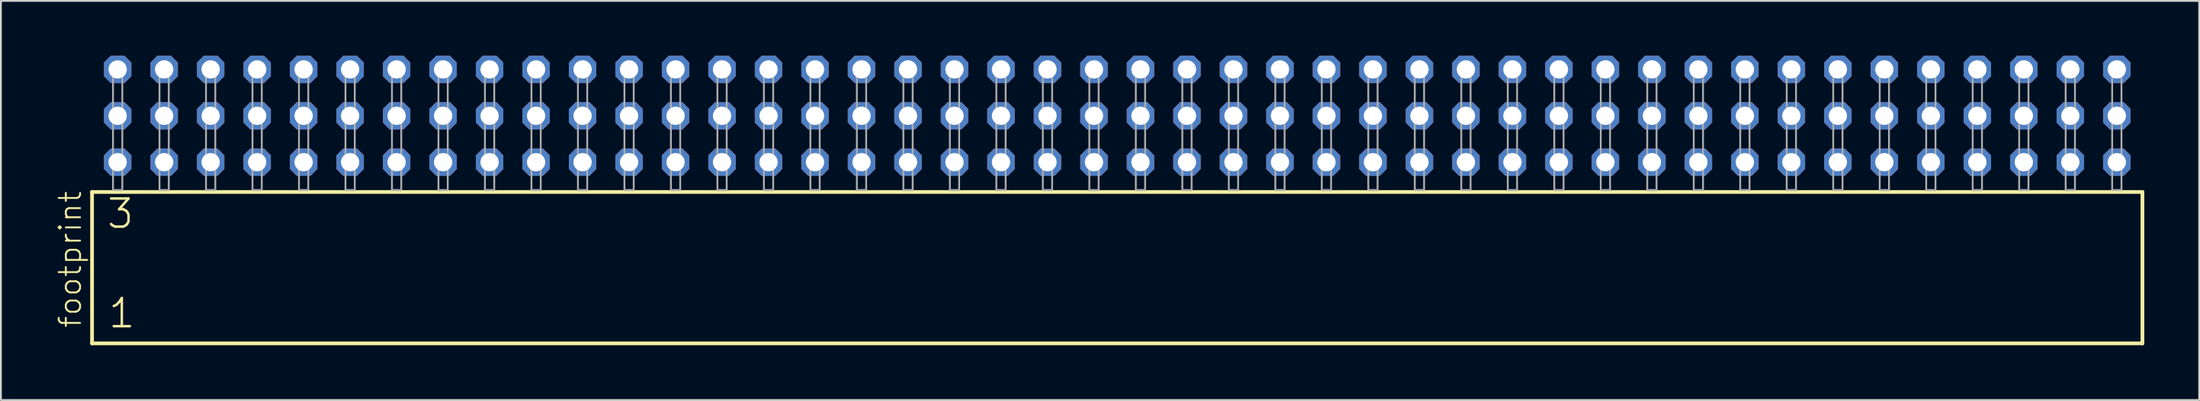
<source format=kicad_pcb>
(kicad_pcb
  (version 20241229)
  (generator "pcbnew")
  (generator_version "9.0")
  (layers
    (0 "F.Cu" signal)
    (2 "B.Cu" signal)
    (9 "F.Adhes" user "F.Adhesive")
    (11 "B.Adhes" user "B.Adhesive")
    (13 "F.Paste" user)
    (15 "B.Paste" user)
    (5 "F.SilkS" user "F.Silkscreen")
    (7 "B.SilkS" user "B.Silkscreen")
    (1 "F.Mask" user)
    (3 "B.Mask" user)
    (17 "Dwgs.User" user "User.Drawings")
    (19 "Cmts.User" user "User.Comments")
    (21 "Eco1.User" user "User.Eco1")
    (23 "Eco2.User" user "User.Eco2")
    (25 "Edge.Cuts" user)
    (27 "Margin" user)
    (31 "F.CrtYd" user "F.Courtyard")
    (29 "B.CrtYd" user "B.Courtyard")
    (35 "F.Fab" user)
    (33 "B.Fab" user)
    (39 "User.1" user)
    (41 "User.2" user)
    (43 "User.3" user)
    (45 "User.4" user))
  (footprint "footprint"
    (layer "F.Cu")
    (at 57.988 7.354)
    (property "Reference" "footprint" (at -56.515 7.62 90) (layer "F.SilkS") (effects (font (size 1.168 1.168) (thickness 0.102)) (justify left bottom)))
    (fp_line (start -56.009 0.106) (end -56.009 8.396) (stroke (width 0.203) (type solid)) (layer "F.SilkS"))
    (fp_line (start -56.009 8.396) (end 56.009 8.396) (stroke (width 0.203) (type solid)) (layer "F.SilkS"))
    (fp_line (start 56.009 0.106) (end -56.009 0.106) (stroke (width 0.203) (type solid)) (layer "F.SilkS"))
    (fp_line (start 56.009 8.396) (end 56.009 0.106) (stroke (width 0.203) (type solid)) (layer "F.SilkS"))
    (fp_poly (pts (xy -54.864 0) (xy -54.356 0) (xy -54.356 -6.858) (xy -54.864 -6.858)) (stroke (width 0.1) (type solid)) (fill no) (layer "F.Fab"))
    (fp_poly (pts (xy -52.324 0) (xy -51.816 0) (xy -51.816 -6.858) (xy -52.324 -6.858)) (stroke (width 0.1) (type solid)) (fill no) (layer "F.Fab"))
    (fp_poly (pts (xy -49.784 0) (xy -49.276 0) (xy -49.276 -6.858) (xy -49.784 -6.858)) (stroke (width 0.1) (type solid)) (fill no) (layer "F.Fab"))
    (fp_poly (pts (xy -47.244 0) (xy -46.736 0) (xy -46.736 -6.858) (xy -47.244 -6.858)) (stroke (width 0.1) (type solid)) (fill no) (layer "F.Fab"))
    (fp_poly (pts (xy -44.704 0) (xy -44.196 0) (xy -44.196 -6.858) (xy -44.704 -6.858)) (stroke (width 0.1) (type solid)) (fill no) (layer "F.Fab"))
    (fp_poly (pts (xy -42.164 0) (xy -41.656 0) (xy -41.656 -6.858) (xy -42.164 -6.858)) (stroke (width 0.1) (type solid)) (fill no) (layer "F.Fab"))
    (fp_poly (pts (xy -39.624 0) (xy -39.116 0) (xy -39.116 -6.858) (xy -39.624 -6.858)) (stroke (width 0.1) (type solid)) (fill no) (layer "F.Fab"))
    (fp_poly (pts (xy -37.084 0) (xy -36.576 0) (xy -36.576 -6.858) (xy -37.084 -6.858)) (stroke (width 0.1) (type solid)) (fill no) (layer "F.Fab"))
    (fp_poly (pts (xy -34.544 0) (xy -34.036 0) (xy -34.036 -6.858) (xy -34.544 -6.858)) (stroke (width 0.1) (type solid)) (fill no) (layer "F.Fab"))
    (fp_poly (pts (xy -32.004 0) (xy -31.496 0) (xy -31.496 -6.858) (xy -32.004 -6.858)) (stroke (width 0.1) (type solid)) (fill no) (layer "F.Fab"))
    (fp_poly (pts (xy -29.464 0) (xy -28.956 0) (xy -28.956 -6.858) (xy -29.464 -6.858)) (stroke (width 0.1) (type solid)) (fill no) (layer "F.Fab"))
    (fp_poly (pts (xy -26.924 0) (xy -26.416 0) (xy -26.416 -6.858) (xy -26.924 -6.858)) (stroke (width 0.1) (type solid)) (fill no) (layer "F.Fab"))
    (fp_poly (pts (xy -24.384 0) (xy -23.876 0) (xy -23.876 -6.858) (xy -24.384 -6.858)) (stroke (width 0.1) (type solid)) (fill no) (layer "F.Fab"))
    (fp_poly (pts (xy -21.844 0) (xy -21.336 0) (xy -21.336 -6.858) (xy -21.844 -6.858)) (stroke (width 0.1) (type solid)) (fill no) (layer "F.Fab"))
    (fp_poly (pts (xy -19.304 0) (xy -18.796 0) (xy -18.796 -6.858) (xy -19.304 -6.858)) (stroke (width 0.1) (type solid)) (fill no) (layer "F.Fab"))
    (fp_poly (pts (xy -16.764 0) (xy -16.256 0) (xy -16.256 -6.858) (xy -16.764 -6.858)) (stroke (width 0.1) (type solid)) (fill no) (layer "F.Fab"))
    (fp_poly (pts (xy -14.224 0) (xy -13.716 0) (xy -13.716 -6.858) (xy -14.224 -6.858)) (stroke (width 0.1) (type solid)) (fill no) (layer "F.Fab"))
    (fp_poly (pts (xy -11.684 0) (xy -11.176 0) (xy -11.176 -6.858) (xy -11.684 -6.858)) (stroke (width 0.1) (type solid)) (fill no) (layer "F.Fab"))
    (fp_poly (pts (xy -9.144 0) (xy -8.636 0) (xy -8.636 -6.858) (xy -9.144 -6.858)) (stroke (width 0.1) (type solid)) (fill no) (layer "F.Fab"))
    (fp_poly (pts (xy -6.604 0) (xy -6.096 0) (xy -6.096 -6.858) (xy -6.604 -6.858)) (stroke (width 0.1) (type solid)) (fill no) (layer "F.Fab"))
    (fp_poly (pts (xy -4.064 0) (xy -3.556 0) (xy -3.556 -6.858) (xy -4.064 -6.858)) (stroke (width 0.1) (type solid)) (fill no) (layer "F.Fab"))
    (fp_poly (pts (xy -1.524 0) (xy -1.016 0) (xy -1.016 -6.858) (xy -1.524 -6.858)) (stroke (width 0.1) (type solid)) (fill no) (layer "F.Fab"))
    (fp_poly (pts (xy 1.016 0) (xy 1.524 0) (xy 1.524 -6.858) (xy 1.016 -6.858)) (stroke (width 0.1) (type solid)) (fill no) (layer "F.Fab"))
    (fp_poly (pts (xy 3.556 0) (xy 4.064 0) (xy 4.064 -6.858) (xy 3.556 -6.858)) (stroke (width 0.1) (type solid)) (fill no) (layer "F.Fab"))
    (fp_poly (pts (xy 6.096 0) (xy 6.604 0) (xy 6.604 -6.858) (xy 6.096 -6.858)) (stroke (width 0.1) (type solid)) (fill no) (layer "F.Fab"))
    (fp_poly (pts (xy 8.636 0) (xy 9.144 0) (xy 9.144 -6.858) (xy 8.636 -6.858)) (stroke (width 0.1) (type solid)) (fill no) (layer "F.Fab"))
    (fp_poly (pts (xy 11.176 0) (xy 11.684 0) (xy 11.684 -6.858) (xy 11.176 -6.858)) (stroke (width 0.1) (type solid)) (fill no) (layer "F.Fab"))
    (fp_poly (pts (xy 13.716 0) (xy 14.224 0) (xy 14.224 -6.858) (xy 13.716 -6.858)) (stroke (width 0.1) (type solid)) (fill no) (layer "F.Fab"))
    (fp_poly (pts (xy 16.256 0) (xy 16.764 0) (xy 16.764 -6.858) (xy 16.256 -6.858)) (stroke (width 0.1) (type solid)) (fill no) (layer "F.Fab"))
    (fp_poly (pts (xy 18.796 0) (xy 19.304 0) (xy 19.304 -6.858) (xy 18.796 -6.858)) (stroke (width 0.1) (type solid)) (fill no) (layer "F.Fab"))
    (fp_poly (pts (xy 21.336 0) (xy 21.844 0) (xy 21.844 -6.858) (xy 21.336 -6.858)) (stroke (width 0.1) (type solid)) (fill no) (layer "F.Fab"))
    (fp_poly (pts (xy 23.876 0) (xy 24.384 0) (xy 24.384 -6.858) (xy 23.876 -6.858)) (stroke (width 0.1) (type solid)) (fill no) (layer "F.Fab"))
    (fp_poly (pts (xy 26.416 0) (xy 26.924 0) (xy 26.924 -6.858) (xy 26.416 -6.858)) (stroke (width 0.1) (type solid)) (fill no) (layer "F.Fab"))
    (fp_poly (pts (xy 28.956 0) (xy 29.464 0) (xy 29.464 -6.858) (xy 28.956 -6.858)) (stroke (width 0.1) (type solid)) (fill no) (layer "F.Fab"))
    (fp_poly (pts (xy 31.496 0) (xy 32.004 0) (xy 32.004 -6.858) (xy 31.496 -6.858)) (stroke (width 0.1) (type solid)) (fill no) (layer "F.Fab"))
    (fp_poly (pts (xy 34.036 0) (xy 34.544 0) (xy 34.544 -6.858) (xy 34.036 -6.858)) (stroke (width 0.1) (type solid)) (fill no) (layer "F.Fab"))
    (fp_poly (pts (xy 36.576 0) (xy 37.084 0) (xy 37.084 -6.858) (xy 36.576 -6.858)) (stroke (width 0.1) (type solid)) (fill no) (layer "F.Fab"))
    (fp_poly (pts (xy 39.116 0) (xy 39.624 0) (xy 39.624 -6.858) (xy 39.116 -6.858)) (stroke (width 0.1) (type solid)) (fill no) (layer "F.Fab"))
    (fp_poly (pts (xy 41.656 0) (xy 42.164 0) (xy 42.164 -6.858) (xy 41.656 -6.858)) (stroke (width 0.1) (type solid)) (fill no) (layer "F.Fab"))
    (fp_poly (pts (xy 44.196 0) (xy 44.704 0) (xy 44.704 -6.858) (xy 44.196 -6.858)) (stroke (width 0.1) (type solid)) (fill no) (layer "F.Fab"))
    (fp_poly (pts (xy 46.736 0) (xy 47.244 0) (xy 47.244 -6.858) (xy 46.736 -6.858)) (stroke (width 0.1) (type solid)) (fill no) (layer "F.Fab"))
    (fp_poly (pts (xy 49.276 0) (xy 49.784 0) (xy 49.784 -6.858) (xy 49.276 -6.858)) (stroke (width 0.1) (type solid)) (fill no) (layer "F.Fab"))
    (fp_poly (pts (xy 51.816 0) (xy 52.324 0) (xy 52.324 -6.858) (xy 51.816 -6.858)) (stroke (width 0.1) (type solid)) (fill no) (layer "F.Fab"))
    (fp_poly (pts (xy 54.356 0) (xy 54.864 0) (xy 54.864 -6.858) (xy 54.356 -6.858)) (stroke (width 0.1) (type solid)) (fill no) (layer "F.Fab"))
    (fp_text user "1" (at -55.205 7.65 0) (layer "F.SilkS") (effects (font (size 1.542 1.542) (thickness 0.134)) (justify left bottom)))
    (fp_text user "3" (at -55.28 2.2 0) (layer "F.SilkS") (effects (font (size 1.542 1.542) (thickness 0.134)) (justify left bottom)))
    (pad "1" thru_hole roundrect (at -54.61 -1.524) (size 1.5 1.5) (drill 1) (layers "*.Cu" "*.Mask") (roundrect_rratio 0.25) (chamfer_ratio 0.25) (chamfer top_left top_right bottom_left bottom_right))
    (pad "2" thru_hole roundrect (at -54.61 -4.064) (size 1.5 1.5) (drill 1) (layers "*.Cu" "*.Mask") (roundrect_rratio 0.25) (chamfer_ratio 0.25) (chamfer top_left top_right bottom_left bottom_right))
    (pad "3" thru_hole roundrect (at -54.61 -6.604) (size 1.5 1.5) (drill 1) (layers "*.Cu" "*.Mask") (roundrect_rratio 0.25) (chamfer_ratio 0.25) (chamfer top_left top_right bottom_left bottom_right))
    (pad "4" thru_hole roundrect (at -52.07 -1.524) (size 1.5 1.5) (drill 1) (layers "*.Cu" "*.Mask") (roundrect_rratio 0.25) (chamfer_ratio 0.25) (chamfer top_left top_right bottom_left bottom_right))
    (pad "5" thru_hole roundrect (at -52.07 -4.064) (size 1.5 1.5) (drill 1) (layers "*.Cu" "*.Mask") (roundrect_rratio 0.25) (chamfer_ratio 0.25) (chamfer top_left top_right bottom_left bottom_right))
    (pad "6" thru_hole roundrect (at -52.07 -6.604) (size 1.5 1.5) (drill 1) (layers "*.Cu" "*.Mask") (roundrect_rratio 0.25) (chamfer_ratio 0.25) (chamfer top_left top_right bottom_left bottom_right))
    (pad "7" thru_hole roundrect (at -49.53 -1.524) (size 1.5 1.5) (drill 1) (layers "*.Cu" "*.Mask") (roundrect_rratio 0.25) (chamfer_ratio 0.25) (chamfer top_left top_right bottom_left bottom_right))
    (pad "8" thru_hole roundrect (at -49.53 -4.064) (size 1.5 1.5) (drill 1) (layers "*.Cu" "*.Mask") (roundrect_rratio 0.25) (chamfer_ratio 0.25) (chamfer top_left top_right bottom_left bottom_right))
    (pad "9" thru_hole roundrect (at -49.53 -6.604) (size 1.5 1.5) (drill 1) (layers "*.Cu" "*.Mask") (roundrect_rratio 0.25) (chamfer_ratio 0.25) (chamfer top_left top_right bottom_left bottom_right))
    (pad "10" thru_hole roundrect (at -46.99 -1.524) (size 1.5 1.5) (drill 1) (layers "*.Cu" "*.Mask") (roundrect_rratio 0.25) (chamfer_ratio 0.25) (chamfer top_left top_right bottom_left bottom_right))
    (pad "11" thru_hole roundrect (at -46.99 -4.064) (size 1.5 1.5) (drill 1) (layers "*.Cu" "*.Mask") (roundrect_rratio 0.25) (chamfer_ratio 0.25) (chamfer top_left top_right bottom_left bottom_right))
    (pad "12" thru_hole roundrect (at -46.99 -6.604) (size 1.5 1.5) (drill 1) (layers "*.Cu" "*.Mask") (roundrect_rratio 0.25) (chamfer_ratio 0.25) (chamfer top_left top_right bottom_left bottom_right))
    (pad "13" thru_hole roundrect (at -44.45 -1.524) (size 1.5 1.5) (drill 1) (layers "*.Cu" "*.Mask") (roundrect_rratio 0.25) (chamfer_ratio 0.25) (chamfer top_left top_right bottom_left bottom_right))
    (pad "14" thru_hole roundrect (at -44.45 -4.064) (size 1.5 1.5) (drill 1) (layers "*.Cu" "*.Mask") (roundrect_rratio 0.25) (chamfer_ratio 0.25) (chamfer top_left top_right bottom_left bottom_right))
    (pad "15" thru_hole roundrect (at -44.45 -6.604) (size 1.5 1.5) (drill 1) (layers "*.Cu" "*.Mask") (roundrect_rratio 0.25) (chamfer_ratio 0.25) (chamfer top_left top_right bottom_left bottom_right))
    (pad "16" thru_hole roundrect (at -41.91 -1.524) (size 1.5 1.5) (drill 1) (layers "*.Cu" "*.Mask") (roundrect_rratio 0.25) (chamfer_ratio 0.25) (chamfer top_left top_right bottom_left bottom_right))
    (pad "17" thru_hole roundrect (at -41.91 -4.064) (size 1.5 1.5) (drill 1) (layers "*.Cu" "*.Mask") (roundrect_rratio 0.25) (chamfer_ratio 0.25) (chamfer top_left top_right bottom_left bottom_right))
    (pad "18" thru_hole roundrect (at -41.91 -6.604) (size 1.5 1.5) (drill 1) (layers "*.Cu" "*.Mask") (roundrect_rratio 0.25) (chamfer_ratio 0.25) (chamfer top_left top_right bottom_left bottom_right))
    (pad "19" thru_hole roundrect (at -39.37 -1.524) (size 1.5 1.5) (drill 1) (layers "*.Cu" "*.Mask") (roundrect_rratio 0.25) (chamfer_ratio 0.25) (chamfer top_left top_right bottom_left bottom_right))
    (pad "20" thru_hole roundrect (at -39.37 -4.064) (size 1.5 1.5) (drill 1) (layers "*.Cu" "*.Mask") (roundrect_rratio 0.25) (chamfer_ratio 0.25) (chamfer top_left top_right bottom_left bottom_right))
    (pad "21" thru_hole roundrect (at -39.37 -6.604) (size 1.5 1.5) (drill 1) (layers "*.Cu" "*.Mask") (roundrect_rratio 0.25) (chamfer_ratio 0.25) (chamfer top_left top_right bottom_left bottom_right))
    (pad "22" thru_hole roundrect (at -36.83 -1.524) (size 1.5 1.5) (drill 1) (layers "*.Cu" "*.Mask") (roundrect_rratio 0.25) (chamfer_ratio 0.25) (chamfer top_left top_right bottom_left bottom_right))
    (pad "23" thru_hole roundrect (at -36.83 -4.064) (size 1.5 1.5) (drill 1) (layers "*.Cu" "*.Mask") (roundrect_rratio 0.25) (chamfer_ratio 0.25) (chamfer top_left top_right bottom_left bottom_right))
    (pad "24" thru_hole roundrect (at -36.83 -6.604) (size 1.5 1.5) (drill 1) (layers "*.Cu" "*.Mask") (roundrect_rratio 0.25) (chamfer_ratio 0.25) (chamfer top_left top_right bottom_left bottom_right))
    (pad "25" thru_hole roundrect (at -34.29 -1.524) (size 1.5 1.5) (drill 1) (layers "*.Cu" "*.Mask") (roundrect_rratio 0.25) (chamfer_ratio 0.25) (chamfer top_left top_right bottom_left bottom_right))
    (pad "26" thru_hole roundrect (at -34.29 -4.064) (size 1.5 1.5) (drill 1) (layers "*.Cu" "*.Mask") (roundrect_rratio 0.25) (chamfer_ratio 0.25) (chamfer top_left top_right bottom_left bottom_right))
    (pad "27" thru_hole roundrect (at -34.29 -6.604) (size 1.5 1.5) (drill 1) (layers "*.Cu" "*.Mask") (roundrect_rratio 0.25) (chamfer_ratio 0.25) (chamfer top_left top_right bottom_left bottom_right))
    (pad "28" thru_hole roundrect (at -31.75 -1.524) (size 1.5 1.5) (drill 1) (layers "*.Cu" "*.Mask") (roundrect_rratio 0.25) (chamfer_ratio 0.25) (chamfer top_left top_right bottom_left bottom_right))
    (pad "29" thru_hole roundrect (at -31.75 -4.064) (size 1.5 1.5) (drill 1) (layers "*.Cu" "*.Mask") (roundrect_rratio 0.25) (chamfer_ratio 0.25) (chamfer top_left top_right bottom_left bottom_right))
    (pad "30" thru_hole roundrect (at -31.75 -6.604) (size 1.5 1.5) (drill 1) (layers "*.Cu" "*.Mask") (roundrect_rratio 0.25) (chamfer_ratio 0.25) (chamfer top_left top_right bottom_left bottom_right))
    (pad "31" thru_hole roundrect (at -29.21 -1.524) (size 1.5 1.5) (drill 1) (layers "*.Cu" "*.Mask") (roundrect_rratio 0.25) (chamfer_ratio 0.25) (chamfer top_left top_right bottom_left bottom_right))
    (pad "32" thru_hole roundrect (at -29.21 -4.064) (size 1.5 1.5) (drill 1) (layers "*.Cu" "*.Mask") (roundrect_rratio 0.25) (chamfer_ratio 0.25) (chamfer top_left top_right bottom_left bottom_right))
    (pad "33" thru_hole roundrect (at -29.21 -6.604) (size 1.5 1.5) (drill 1) (layers "*.Cu" "*.Mask") (roundrect_rratio 0.25) (chamfer_ratio 0.25) (chamfer top_left top_right bottom_left bottom_right))
    (pad "34" thru_hole roundrect (at -26.67 -1.524) (size 1.5 1.5) (drill 1) (layers "*.Cu" "*.Mask") (roundrect_rratio 0.25) (chamfer_ratio 0.25) (chamfer top_left top_right bottom_left bottom_right))
    (pad "35" thru_hole roundrect (at -26.67 -4.064) (size 1.5 1.5) (drill 1) (layers "*.Cu" "*.Mask") (roundrect_rratio 0.25) (chamfer_ratio 0.25) (chamfer top_left top_right bottom_left bottom_right))
    (pad "36" thru_hole roundrect (at -26.67 -6.604) (size 1.5 1.5) (drill 1) (layers "*.Cu" "*.Mask") (roundrect_rratio 0.25) (chamfer_ratio 0.25) (chamfer top_left top_right bottom_left bottom_right))
    (pad "37" thru_hole roundrect (at -24.13 -1.524) (size 1.5 1.5) (drill 1) (layers "*.Cu" "*.Mask") (roundrect_rratio 0.25) (chamfer_ratio 0.25) (chamfer top_left top_right bottom_left bottom_right))
    (pad "38" thru_hole roundrect (at -24.13 -4.064) (size 1.5 1.5) (drill 1) (layers "*.Cu" "*.Mask") (roundrect_rratio 0.25) (chamfer_ratio 0.25) (chamfer top_left top_right bottom_left bottom_right))
    (pad "39" thru_hole roundrect (at -24.13 -6.604) (size 1.5 1.5) (drill 1) (layers "*.Cu" "*.Mask") (roundrect_rratio 0.25) (chamfer_ratio 0.25) (chamfer top_left top_right bottom_left bottom_right))
    (pad "40" thru_hole roundrect (at -21.59 -1.524) (size 1.5 1.5) (drill 1) (layers "*.Cu" "*.Mask") (roundrect_rratio 0.25) (chamfer_ratio 0.25) (chamfer top_left top_right bottom_left bottom_right))
    (pad "41" thru_hole roundrect (at -21.59 -4.064) (size 1.5 1.5) (drill 1) (layers "*.Cu" "*.Mask") (roundrect_rratio 0.25) (chamfer_ratio 0.25) (chamfer top_left top_right bottom_left bottom_right))
    (pad "42" thru_hole roundrect (at -21.59 -6.604) (size 1.5 1.5) (drill 1) (layers "*.Cu" "*.Mask") (roundrect_rratio 0.25) (chamfer_ratio 0.25) (chamfer top_left top_right bottom_left bottom_right))
    (pad "43" thru_hole roundrect (at -19.05 -1.524) (size 1.5 1.5) (drill 1) (layers "*.Cu" "*.Mask") (roundrect_rratio 0.25) (chamfer_ratio 0.25) (chamfer top_left top_right bottom_left bottom_right))
    (pad "44" thru_hole roundrect (at -19.05 -4.064) (size 1.5 1.5) (drill 1) (layers "*.Cu" "*.Mask") (roundrect_rratio 0.25) (chamfer_ratio 0.25) (chamfer top_left top_right bottom_left bottom_right))
    (pad "45" thru_hole roundrect (at -19.05 -6.604) (size 1.5 1.5) (drill 1) (layers "*.Cu" "*.Mask") (roundrect_rratio 0.25) (chamfer_ratio 0.25) (chamfer top_left top_right bottom_left bottom_right))
    (pad "46" thru_hole roundrect (at -16.51 -1.524) (size 1.5 1.5) (drill 1) (layers "*.Cu" "*.Mask") (roundrect_rratio 0.25) (chamfer_ratio 0.25) (chamfer top_left top_right bottom_left bottom_right))
    (pad "47" thru_hole roundrect (at -16.51 -4.064) (size 1.5 1.5) (drill 1) (layers "*.Cu" "*.Mask") (roundrect_rratio 0.25) (chamfer_ratio 0.25) (chamfer top_left top_right bottom_left bottom_right))
    (pad "48" thru_hole roundrect (at -16.51 -6.604) (size 1.5 1.5) (drill 1) (layers "*.Cu" "*.Mask") (roundrect_rratio 0.25) (chamfer_ratio 0.25) (chamfer top_left top_right bottom_left bottom_right))
    (pad "49" thru_hole roundrect (at -13.97 -1.524) (size 1.5 1.5) (drill 1) (layers "*.Cu" "*.Mask") (roundrect_rratio 0.25) (chamfer_ratio 0.25) (chamfer top_left top_right bottom_left bottom_right))
    (pad "50" thru_hole roundrect (at -13.97 -4.064) (size 1.5 1.5) (drill 1) (layers "*.Cu" "*.Mask") (roundrect_rratio 0.25) (chamfer_ratio 0.25) (chamfer top_left top_right bottom_left bottom_right))
    (pad "51" thru_hole roundrect (at -13.97 -6.604) (size 1.5 1.5) (drill 1) (layers "*.Cu" "*.Mask") (roundrect_rratio 0.25) (chamfer_ratio 0.25) (chamfer top_left top_right bottom_left bottom_right))
    (pad "52" thru_hole roundrect (at -11.43 -1.524) (size 1.5 1.5) (drill 1) (layers "*.Cu" "*.Mask") (roundrect_rratio 0.25) (chamfer_ratio 0.25) (chamfer top_left top_right bottom_left bottom_right))
    (pad "53" thru_hole roundrect (at -11.43 -4.064) (size 1.5 1.5) (drill 1) (layers "*.Cu" "*.Mask") (roundrect_rratio 0.25) (chamfer_ratio 0.25) (chamfer top_left top_right bottom_left bottom_right))
    (pad "54" thru_hole roundrect (at -11.43 -6.604) (size 1.5 1.5) (drill 1) (layers "*.Cu" "*.Mask") (roundrect_rratio 0.25) (chamfer_ratio 0.25) (chamfer top_left top_right bottom_left bottom_right))
    (pad "55" thru_hole roundrect (at -8.89 -1.524) (size 1.5 1.5) (drill 1) (layers "*.Cu" "*.Mask") (roundrect_rratio 0.25) (chamfer_ratio 0.25) (chamfer top_left top_right bottom_left bottom_right))
    (pad "56" thru_hole roundrect (at -8.89 -4.064) (size 1.5 1.5) (drill 1) (layers "*.Cu" "*.Mask") (roundrect_rratio 0.25) (chamfer_ratio 0.25) (chamfer top_left top_right bottom_left bottom_right))
    (pad "57" thru_hole roundrect (at -8.89 -6.604) (size 1.5 1.5) (drill 1) (layers "*.Cu" "*.Mask") (roundrect_rratio 0.25) (chamfer_ratio 0.25) (chamfer top_left top_right bottom_left bottom_right))
    (pad "58" thru_hole roundrect (at -6.35 -1.524) (size 1.5 1.5) (drill 1) (layers "*.Cu" "*.Mask") (roundrect_rratio 0.25) (chamfer_ratio 0.25) (chamfer top_left top_right bottom_left bottom_right))
    (pad "59" thru_hole roundrect (at -6.35 -4.064) (size 1.5 1.5) (drill 1) (layers "*.Cu" "*.Mask") (roundrect_rratio 0.25) (chamfer_ratio 0.25) (chamfer top_left top_right bottom_left bottom_right))
    (pad "60" thru_hole roundrect (at -6.35 -6.604) (size 1.5 1.5) (drill 1) (layers "*.Cu" "*.Mask") (roundrect_rratio 0.25) (chamfer_ratio 0.25) (chamfer top_left top_right bottom_left bottom_right))
    (pad "61" thru_hole roundrect (at -3.81 -1.524) (size 1.5 1.5) (drill 1) (layers "*.Cu" "*.Mask") (roundrect_rratio 0.25) (chamfer_ratio 0.25) (chamfer top_left top_right bottom_left bottom_right))
    (pad "62" thru_hole roundrect (at -3.81 -4.064) (size 1.5 1.5) (drill 1) (layers "*.Cu" "*.Mask") (roundrect_rratio 0.25) (chamfer_ratio 0.25) (chamfer top_left top_right bottom_left bottom_right))
    (pad "63" thru_hole roundrect (at -3.81 -6.604) (size 1.5 1.5) (drill 1) (layers "*.Cu" "*.Mask") (roundrect_rratio 0.25) (chamfer_ratio 0.25) (chamfer top_left top_right bottom_left bottom_right))
    (pad "64" thru_hole roundrect (at -1.27 -1.524) (size 1.5 1.5) (drill 1) (layers "*.Cu" "*.Mask") (roundrect_rratio 0.25) (chamfer_ratio 0.25) (chamfer top_left top_right bottom_left bottom_right))
    (pad "65" thru_hole roundrect (at -1.27 -4.064) (size 1.5 1.5) (drill 1) (layers "*.Cu" "*.Mask") (roundrect_rratio 0.25) (chamfer_ratio 0.25) (chamfer top_left top_right bottom_left bottom_right))
    (pad "66" thru_hole roundrect (at -1.27 -6.604) (size 1.5 1.5) (drill 1) (layers "*.Cu" "*.Mask") (roundrect_rratio 0.25) (chamfer_ratio 0.25) (chamfer top_left top_right bottom_left bottom_right))
    (pad "67" thru_hole roundrect (at 1.27 -1.524) (size 1.5 1.5) (drill 1) (layers "*.Cu" "*.Mask") (roundrect_rratio 0.25) (chamfer_ratio 0.25) (chamfer top_left top_right bottom_left bottom_right))
    (pad "68" thru_hole roundrect (at 1.27 -4.064) (size 1.5 1.5) (drill 1) (layers "*.Cu" "*.Mask") (roundrect_rratio 0.25) (chamfer_ratio 0.25) (chamfer top_left top_right bottom_left bottom_right))
    (pad "69" thru_hole roundrect (at 1.27 -6.604) (size 1.5 1.5) (drill 1) (layers "*.Cu" "*.Mask") (roundrect_rratio 0.25) (chamfer_ratio 0.25) (chamfer top_left top_right bottom_left bottom_right))
    (pad "70" thru_hole roundrect (at 3.81 -1.524) (size 1.5 1.5) (drill 1) (layers "*.Cu" "*.Mask") (roundrect_rratio 0.25) (chamfer_ratio 0.25) (chamfer top_left top_right bottom_left bottom_right))
    (pad "71" thru_hole roundrect (at 3.81 -4.064) (size 1.5 1.5) (drill 1) (layers "*.Cu" "*.Mask") (roundrect_rratio 0.25) (chamfer_ratio 0.25) (chamfer top_left top_right bottom_left bottom_right))
    (pad "72" thru_hole roundrect (at 3.81 -6.604) (size 1.5 1.5) (drill 1) (layers "*.Cu" "*.Mask") (roundrect_rratio 0.25) (chamfer_ratio 0.25) (chamfer top_left top_right bottom_left bottom_right))
    (pad "73" thru_hole roundrect (at 6.35 -1.524) (size 1.5 1.5) (drill 1) (layers "*.Cu" "*.Mask") (roundrect_rratio 0.25) (chamfer_ratio 0.25) (chamfer top_left top_right bottom_left bottom_right))
    (pad "74" thru_hole roundrect (at 6.35 -4.064) (size 1.5 1.5) (drill 1) (layers "*.Cu" "*.Mask") (roundrect_rratio 0.25) (chamfer_ratio 0.25) (chamfer top_left top_right bottom_left bottom_right))
    (pad "75" thru_hole roundrect (at 6.35 -6.604) (size 1.5 1.5) (drill 1) (layers "*.Cu" "*.Mask") (roundrect_rratio 0.25) (chamfer_ratio 0.25) (chamfer top_left top_right bottom_left bottom_right))
    (pad "76" thru_hole roundrect (at 8.89 -1.524) (size 1.5 1.5) (drill 1) (layers "*.Cu" "*.Mask") (roundrect_rratio 0.25) (chamfer_ratio 0.25) (chamfer top_left top_right bottom_left bottom_right))
    (pad "77" thru_hole roundrect (at 8.89 -4.064) (size 1.5 1.5) (drill 1) (layers "*.Cu" "*.Mask") (roundrect_rratio 0.25) (chamfer_ratio 0.25) (chamfer top_left top_right bottom_left bottom_right))
    (pad "78" thru_hole roundrect (at 8.89 -6.604) (size 1.5 1.5) (drill 1) (layers "*.Cu" "*.Mask") (roundrect_rratio 0.25) (chamfer_ratio 0.25) (chamfer top_left top_right bottom_left bottom_right))
    (pad "79" thru_hole roundrect (at 11.43 -1.524) (size 1.5 1.5) (drill 1) (layers "*.Cu" "*.Mask") (roundrect_rratio 0.25) (chamfer_ratio 0.25) (chamfer top_left top_right bottom_left bottom_right))
    (pad "80" thru_hole roundrect (at 11.43 -4.064) (size 1.5 1.5) (drill 1) (layers "*.Cu" "*.Mask") (roundrect_rratio 0.25) (chamfer_ratio 0.25) (chamfer top_left top_right bottom_left bottom_right))
    (pad "81" thru_hole roundrect (at 11.43 -6.604) (size 1.5 1.5) (drill 1) (layers "*.Cu" "*.Mask") (roundrect_rratio 0.25) (chamfer_ratio 0.25) (chamfer top_left top_right bottom_left bottom_right))
    (pad "82" thru_hole roundrect (at 13.97 -1.524) (size 1.5 1.5) (drill 1) (layers "*.Cu" "*.Mask") (roundrect_rratio 0.25) (chamfer_ratio 0.25) (chamfer top_left top_right bottom_left bottom_right))
    (pad "83" thru_hole roundrect (at 13.97 -4.064) (size 1.5 1.5) (drill 1) (layers "*.Cu" "*.Mask") (roundrect_rratio 0.25) (chamfer_ratio 0.25) (chamfer top_left top_right bottom_left bottom_right))
    (pad "84" thru_hole roundrect (at 13.97 -6.604) (size 1.5 1.5) (drill 1) (layers "*.Cu" "*.Mask") (roundrect_rratio 0.25) (chamfer_ratio 0.25) (chamfer top_left top_right bottom_left bottom_right))
    (pad "85" thru_hole roundrect (at 16.51 -1.524) (size 1.5 1.5) (drill 1) (layers "*.Cu" "*.Mask") (roundrect_rratio 0.25) (chamfer_ratio 0.25) (chamfer top_left top_right bottom_left bottom_right))
    (pad "86" thru_hole roundrect (at 16.51 -4.064) (size 1.5 1.5) (drill 1) (layers "*.Cu" "*.Mask") (roundrect_rratio 0.25) (chamfer_ratio 0.25) (chamfer top_left top_right bottom_left bottom_right))
    (pad "87" thru_hole roundrect (at 16.51 -6.604) (size 1.5 1.5) (drill 1) (layers "*.Cu" "*.Mask") (roundrect_rratio 0.25) (chamfer_ratio 0.25) (chamfer top_left top_right bottom_left bottom_right))
    (pad "88" thru_hole roundrect (at 19.05 -1.524) (size 1.5 1.5) (drill 1) (layers "*.Cu" "*.Mask") (roundrect_rratio 0.25) (chamfer_ratio 0.25) (chamfer top_left top_right bottom_left bottom_right))
    (pad "89" thru_hole roundrect (at 19.05 -4.064) (size 1.5 1.5) (drill 1) (layers "*.Cu" "*.Mask") (roundrect_rratio 0.25) (chamfer_ratio 0.25) (chamfer top_left top_right bottom_left bottom_right))
    (pad "90" thru_hole roundrect (at 19.05 -6.604) (size 1.5 1.5) (drill 1) (layers "*.Cu" "*.Mask") (roundrect_rratio 0.25) (chamfer_ratio 0.25) (chamfer top_left top_right bottom_left bottom_right))
    (pad "91" thru_hole roundrect (at 21.59 -1.524) (size 1.5 1.5) (drill 1) (layers "*.Cu" "*.Mask") (roundrect_rratio 0.25) (chamfer_ratio 0.25) (chamfer top_left top_right bottom_left bottom_right))
    (pad "92" thru_hole roundrect (at 21.59 -4.064) (size 1.5 1.5) (drill 1) (layers "*.Cu" "*.Mask") (roundrect_rratio 0.25) (chamfer_ratio 0.25) (chamfer top_left top_right bottom_left bottom_right))
    (pad "93" thru_hole roundrect (at 21.59 -6.604) (size 1.5 1.5) (drill 1) (layers "*.Cu" "*.Mask") (roundrect_rratio 0.25) (chamfer_ratio 0.25) (chamfer top_left top_right bottom_left bottom_right))
    (pad "94" thru_hole roundrect (at 24.13 -1.524) (size 1.5 1.5) (drill 1) (layers "*.Cu" "*.Mask") (roundrect_rratio 0.25) (chamfer_ratio 0.25) (chamfer top_left top_right bottom_left bottom_right))
    (pad "95" thru_hole roundrect (at 24.13 -4.064) (size 1.5 1.5) (drill 1) (layers "*.Cu" "*.Mask") (roundrect_rratio 0.25) (chamfer_ratio 0.25) (chamfer top_left top_right bottom_left bottom_right))
    (pad "96" thru_hole roundrect (at 24.13 -6.604) (size 1.5 1.5) (drill 1) (layers "*.Cu" "*.Mask") (roundrect_rratio 0.25) (chamfer_ratio 0.25) (chamfer top_left top_right bottom_left bottom_right))
    (pad "97" thru_hole roundrect (at 26.67 -1.524) (size 1.5 1.5) (drill 1) (layers "*.Cu" "*.Mask") (roundrect_rratio 0.25) (chamfer_ratio 0.25) (chamfer top_left top_right bottom_left bottom_right))
    (pad "98" thru_hole roundrect (at 26.67 -4.064) (size 1.5 1.5) (drill 1) (layers "*.Cu" "*.Mask") (roundrect_rratio 0.25) (chamfer_ratio 0.25) (chamfer top_left top_right bottom_left bottom_right))
    (pad "99" thru_hole roundrect (at 26.67 -6.604) (size 1.5 1.5) (drill 1) (layers "*.Cu" "*.Mask") (roundrect_rratio 0.25) (chamfer_ratio 0.25) (chamfer top_left top_right bottom_left bottom_right))
    (pad "100" thru_hole roundrect (at 29.21 -1.524) (size 1.5 1.5) (drill 1) (layers "*.Cu" "*.Mask") (roundrect_rratio 0.25) (chamfer_ratio 0.25) (chamfer top_left top_right bottom_left bottom_right))
    (pad "101" thru_hole roundrect (at 29.21 -4.064) (size 1.5 1.5) (drill 1) (layers "*.Cu" "*.Mask") (roundrect_rratio 0.25) (chamfer_ratio 0.25) (chamfer top_left top_right bottom_left bottom_right))
    (pad "102" thru_hole roundrect (at 29.21 -6.604) (size 1.5 1.5) (drill 1) (layers "*.Cu" "*.Mask") (roundrect_rratio 0.25) (chamfer_ratio 0.25) (chamfer top_left top_right bottom_left bottom_right))
    (pad "103" thru_hole roundrect (at 31.75 -1.524) (size 1.5 1.5) (drill 1) (layers "*.Cu" "*.Mask") (roundrect_rratio 0.25) (chamfer_ratio 0.25) (chamfer top_left top_right bottom_left bottom_right))
    (pad "104" thru_hole roundrect (at 31.75 -4.064) (size 1.5 1.5) (drill 1) (layers "*.Cu" "*.Mask") (roundrect_rratio 0.25) (chamfer_ratio 0.25) (chamfer top_left top_right bottom_left bottom_right))
    (pad "105" thru_hole roundrect (at 31.75 -6.604) (size 1.5 1.5) (drill 1) (layers "*.Cu" "*.Mask") (roundrect_rratio 0.25) (chamfer_ratio 0.25) (chamfer top_left top_right bottom_left bottom_right))
    (pad "106" thru_hole roundrect (at 34.29 -1.524) (size 1.5 1.5) (drill 1) (layers "*.Cu" "*.Mask") (roundrect_rratio 0.25) (chamfer_ratio 0.25) (chamfer top_left top_right bottom_left bottom_right))
    (pad "107" thru_hole roundrect (at 34.29 -4.064) (size 1.5 1.5) (drill 1) (layers "*.Cu" "*.Mask") (roundrect_rratio 0.25) (chamfer_ratio 0.25) (chamfer top_left top_right bottom_left bottom_right))
    (pad "108" thru_hole roundrect (at 34.29 -6.604) (size 1.5 1.5) (drill 1) (layers "*.Cu" "*.Mask") (roundrect_rratio 0.25) (chamfer_ratio 0.25) (chamfer top_left top_right bottom_left bottom_right))
    (pad "109" thru_hole roundrect (at 36.83 -1.524) (size 1.5 1.5) (drill 1) (layers "*.Cu" "*.Mask") (roundrect_rratio 0.25) (chamfer_ratio 0.25) (chamfer top_left top_right bottom_left bottom_right))
    (pad "110" thru_hole roundrect (at 36.83 -4.064) (size 1.5 1.5) (drill 1) (layers "*.Cu" "*.Mask") (roundrect_rratio 0.25) (chamfer_ratio 0.25) (chamfer top_left top_right bottom_left bottom_right))
    (pad "111" thru_hole roundrect (at 36.83 -6.604) (size 1.5 1.5) (drill 1) (layers "*.Cu" "*.Mask") (roundrect_rratio 0.25) (chamfer_ratio 0.25) (chamfer top_left top_right bottom_left bottom_right))
    (pad "112" thru_hole roundrect (at 39.37 -1.524) (size 1.5 1.5) (drill 1) (layers "*.Cu" "*.Mask") (roundrect_rratio 0.25) (chamfer_ratio 0.25) (chamfer top_left top_right bottom_left bottom_right))
    (pad "113" thru_hole roundrect (at 39.37 -4.064) (size 1.5 1.5) (drill 1) (layers "*.Cu" "*.Mask") (roundrect_rratio 0.25) (chamfer_ratio 0.25) (chamfer top_left top_right bottom_left bottom_right))
    (pad "114" thru_hole roundrect (at 39.37 -6.604) (size 1.5 1.5) (drill 1) (layers "*.Cu" "*.Mask") (roundrect_rratio 0.25) (chamfer_ratio 0.25) (chamfer top_left top_right bottom_left bottom_right))
    (pad "115" thru_hole roundrect (at 41.91 -1.524) (size 1.5 1.5) (drill 1) (layers "*.Cu" "*.Mask") (roundrect_rratio 0.25) (chamfer_ratio 0.25) (chamfer top_left top_right bottom_left bottom_right))
    (pad "116" thru_hole roundrect (at 41.91 -4.064) (size 1.5 1.5) (drill 1) (layers "*.Cu" "*.Mask") (roundrect_rratio 0.25) (chamfer_ratio 0.25) (chamfer top_left top_right bottom_left bottom_right))
    (pad "117" thru_hole roundrect (at 41.91 -6.604) (size 1.5 1.5) (drill 1) (layers "*.Cu" "*.Mask") (roundrect_rratio 0.25) (chamfer_ratio 0.25) (chamfer top_left top_right bottom_left bottom_right))
    (pad "118" thru_hole roundrect (at 44.45 -1.524) (size 1.5 1.5) (drill 1) (layers "*.Cu" "*.Mask") (roundrect_rratio 0.25) (chamfer_ratio 0.25) (chamfer top_left top_right bottom_left bottom_right))
    (pad "119" thru_hole roundrect (at 44.45 -4.064) (size 1.5 1.5) (drill 1) (layers "*.Cu" "*.Mask") (roundrect_rratio 0.25) (chamfer_ratio 0.25) (chamfer top_left top_right bottom_left bottom_right))
    (pad "120" thru_hole roundrect (at 44.45 -6.604) (size 1.5 1.5) (drill 1) (layers "*.Cu" "*.Mask") (roundrect_rratio 0.25) (chamfer_ratio 0.25) (chamfer top_left top_right bottom_left bottom_right))
    (pad "121" thru_hole roundrect (at 46.99 -1.524) (size 1.5 1.5) (drill 1) (layers "*.Cu" "*.Mask") (roundrect_rratio 0.25) (chamfer_ratio 0.25) (chamfer top_left top_right bottom_left bottom_right))
    (pad "122" thru_hole roundrect (at 46.99 -4.064) (size 1.5 1.5) (drill 1) (layers "*.Cu" "*.Mask") (roundrect_rratio 0.25) (chamfer_ratio 0.25) (chamfer top_left top_right bottom_left bottom_right))
    (pad "123" thru_hole roundrect (at 46.99 -6.604) (size 1.5 1.5) (drill 1) (layers "*.Cu" "*.Mask") (roundrect_rratio 0.25) (chamfer_ratio 0.25) (chamfer top_left top_right bottom_left bottom_right))
    (pad "124" thru_hole roundrect (at 49.53 -1.524) (size 1.5 1.5) (drill 1) (layers "*.Cu" "*.Mask") (roundrect_rratio 0.25) (chamfer_ratio 0.25) (chamfer top_left top_right bottom_left bottom_right))
    (pad "125" thru_hole roundrect (at 49.53 -4.064) (size 1.5 1.5) (drill 1) (layers "*.Cu" "*.Mask") (roundrect_rratio 0.25) (chamfer_ratio 0.25) (chamfer top_left top_right bottom_left bottom_right))
    (pad "126" thru_hole roundrect (at 49.53 -6.604) (size 1.5 1.5) (drill 1) (layers "*.Cu" "*.Mask") (roundrect_rratio 0.25) (chamfer_ratio 0.25) (chamfer top_left top_right bottom_left bottom_right))
    (pad "127" thru_hole roundrect (at 52.07 -1.524) (size 1.5 1.5) (drill 1) (layers "*.Cu" "*.Mask") (roundrect_rratio 0.25) (chamfer_ratio 0.25) (chamfer top_left top_right bottom_left bottom_right))
    (pad "128" thru_hole roundrect (at 52.07 -4.064) (size 1.5 1.5) (drill 1) (layers "*.Cu" "*.Mask") (roundrect_rratio 0.25) (chamfer_ratio 0.25) (chamfer top_left top_right bottom_left bottom_right))
    (pad "129" thru_hole roundrect (at 52.07 -6.604) (size 1.5 1.5) (drill 1) (layers "*.Cu" "*.Mask") (roundrect_rratio 0.25) (chamfer_ratio 0.25) (chamfer top_left top_right bottom_left bottom_right))
    (pad "130" thru_hole roundrect (at 54.61 -1.524) (size 1.5 1.5) (drill 1) (layers "*.Cu" "*.Mask") (roundrect_rratio 0.25) (chamfer_ratio 0.25) (chamfer top_left top_right bottom_left bottom_right))
    (pad "131" thru_hole roundrect (at 54.61 -4.064) (size 1.5 1.5) (drill 1) (layers "*.Cu" "*.Mask") (roundrect_rratio 0.25) (chamfer_ratio 0.25) (chamfer top_left top_right bottom_left bottom_right))
    (pad "132" thru_hole roundrect (at 54.61 -6.604) (size 1.5 1.5) (drill 1) (layers "*.Cu" "*.Mask") (roundrect_rratio 0.25) (chamfer_ratio 0.25) (chamfer top_left top_right bottom_left bottom_right)))
  (gr_rect
    (start -3 -3)
    (end 117.099 18.852)
    (stroke (width 0.1) (type default))
    (fill no)
    (layer "Edge.Cuts")))
</source>
